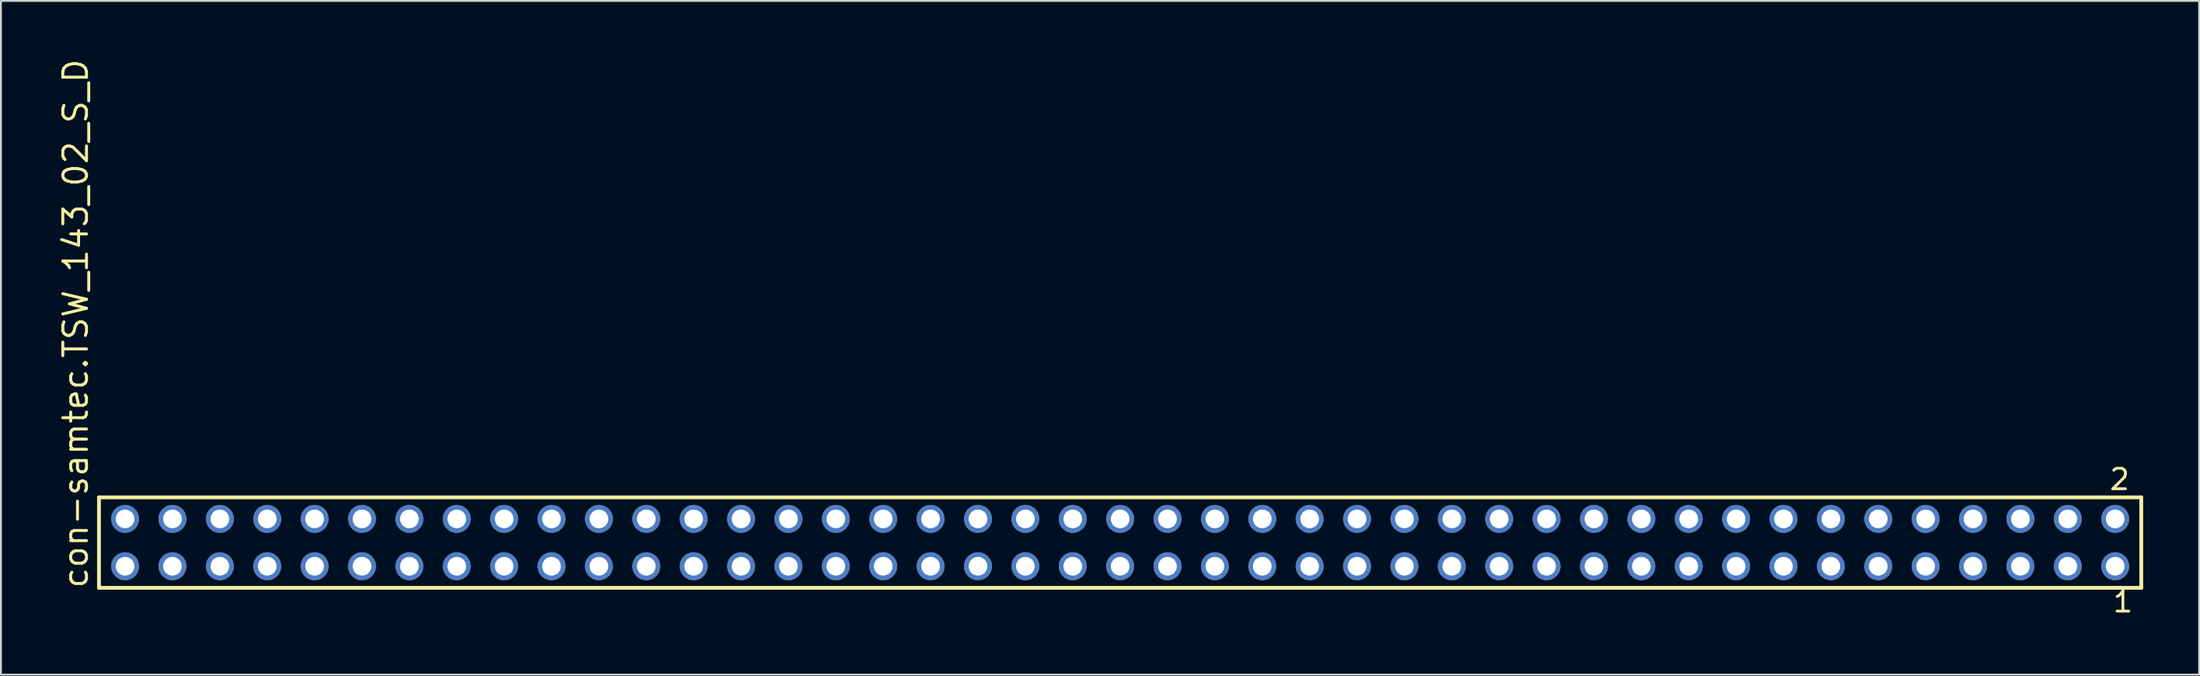
<source format=kicad_pcb>
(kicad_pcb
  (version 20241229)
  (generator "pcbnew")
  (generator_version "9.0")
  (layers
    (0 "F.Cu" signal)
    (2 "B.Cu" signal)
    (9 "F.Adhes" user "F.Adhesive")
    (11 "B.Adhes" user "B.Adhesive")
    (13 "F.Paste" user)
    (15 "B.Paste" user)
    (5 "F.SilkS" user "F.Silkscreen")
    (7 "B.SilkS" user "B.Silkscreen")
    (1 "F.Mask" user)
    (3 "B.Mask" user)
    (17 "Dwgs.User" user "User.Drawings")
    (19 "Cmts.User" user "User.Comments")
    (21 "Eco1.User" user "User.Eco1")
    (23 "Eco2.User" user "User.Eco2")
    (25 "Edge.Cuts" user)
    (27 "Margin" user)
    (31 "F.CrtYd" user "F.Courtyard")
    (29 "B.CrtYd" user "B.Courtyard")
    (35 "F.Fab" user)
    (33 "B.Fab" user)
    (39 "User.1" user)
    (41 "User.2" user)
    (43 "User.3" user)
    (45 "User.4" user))
  (footprint "con-samtec.TSW_143_02_S_D"
    (layer "F.Cu")
    (at 56.995 26.049)
    (property "Reference" "con-samtec.TSW_143_02_S_D" (at -55.245 2.54 90) (layer "F.SilkS") (effects (font (size 1.27 1.27) (thickness 0.16)) (justify left bottom)))
    (attr through_hole)
    (fp_line (start -54.739 -2.425) (end 54.739 -2.425) (stroke (width 0.203) (type default)) (layer "F.SilkS"))
    (fp_line (start -54.739 2.425) (end -54.739 -2.425) (stroke (width 0.203) (type default)) (layer "F.SilkS"))
    (fp_line (start 54.739 -2.425) (end 54.739 2.425) (stroke (width 0.203) (type default)) (layer "F.SilkS"))
    (fp_line (start 54.739 2.425) (end -54.739 2.425) (stroke (width 0.203) (type default)) (layer "F.SilkS"))
    (fp_rect (start -53.69 -0.92) (end -52.99 -1.62) (stroke (width 0.05) (type default)) (fill no) (layer "F.Fab"))
    (fp_rect (start -53.69 1.62) (end -52.99 0.92) (stroke (width 0.05) (type default)) (fill no) (layer "F.Fab"))
    (fp_rect (start -51.15 -0.92) (end -50.45 -1.62) (stroke (width 0.05) (type default)) (fill no) (layer "F.Fab"))
    (fp_rect (start -51.15 1.62) (end -50.45 0.92) (stroke (width 0.05) (type default)) (fill no) (layer "F.Fab"))
    (fp_rect (start -48.61 -0.92) (end -47.91 -1.62) (stroke (width 0.05) (type default)) (fill no) (layer "F.Fab"))
    (fp_rect (start -48.61 1.62) (end -47.91 0.92) (stroke (width 0.05) (type default)) (fill no) (layer "F.Fab"))
    (fp_rect (start -46.07 -0.92) (end -45.37 -1.62) (stroke (width 0.05) (type default)) (fill no) (layer "F.Fab"))
    (fp_rect (start -46.07 1.62) (end -45.37 0.92) (stroke (width 0.05) (type default)) (fill no) (layer "F.Fab"))
    (fp_rect (start -43.53 -0.92) (end -42.83 -1.62) (stroke (width 0.05) (type default)) (fill no) (layer "F.Fab"))
    (fp_rect (start -43.53 1.62) (end -42.83 0.92) (stroke (width 0.05) (type default)) (fill no) (layer "F.Fab"))
    (fp_rect (start -40.99 -0.92) (end -40.29 -1.62) (stroke (width 0.05) (type default)) (fill no) (layer "F.Fab"))
    (fp_rect (start -40.99 1.62) (end -40.29 0.92) (stroke (width 0.05) (type default)) (fill no) (layer "F.Fab"))
    (fp_rect (start -38.45 -0.92) (end -37.75 -1.62) (stroke (width 0.05) (type default)) (fill no) (layer "F.Fab"))
    (fp_rect (start -38.45 1.62) (end -37.75 0.92) (stroke (width 0.05) (type default)) (fill no) (layer "F.Fab"))
    (fp_rect (start -35.91 -0.92) (end -35.21 -1.62) (stroke (width 0.05) (type default)) (fill no) (layer "F.Fab"))
    (fp_rect (start -35.91 1.62) (end -35.21 0.92) (stroke (width 0.05) (type default)) (fill no) (layer "F.Fab"))
    (fp_rect (start -33.37 -0.92) (end -32.67 -1.62) (stroke (width 0.05) (type default)) (fill no) (layer "F.Fab"))
    (fp_rect (start -33.37 1.62) (end -32.67 0.92) (stroke (width 0.05) (type default)) (fill no) (layer "F.Fab"))
    (fp_rect (start -30.83 -0.92) (end -30.13 -1.62) (stroke (width 0.05) (type default)) (fill no) (layer "F.Fab"))
    (fp_rect (start -30.83 1.62) (end -30.13 0.92) (stroke (width 0.05) (type default)) (fill no) (layer "F.Fab"))
    (fp_rect (start -28.29 -0.92) (end -27.59 -1.62) (stroke (width 0.05) (type default)) (fill no) (layer "F.Fab"))
    (fp_rect (start -28.29 1.62) (end -27.59 0.92) (stroke (width 0.05) (type default)) (fill no) (layer "F.Fab"))
    (fp_rect (start -25.75 -0.92) (end -25.05 -1.62) (stroke (width 0.05) (type default)) (fill no) (layer "F.Fab"))
    (fp_rect (start -25.75 1.62) (end -25.05 0.92) (stroke (width 0.05) (type default)) (fill no) (layer "F.Fab"))
    (fp_rect (start -23.21 -0.92) (end -22.51 -1.62) (stroke (width 0.05) (type default)) (fill no) (layer "F.Fab"))
    (fp_rect (start -23.21 1.62) (end -22.51 0.92) (stroke (width 0.05) (type default)) (fill no) (layer "F.Fab"))
    (fp_rect (start -20.67 -0.92) (end -19.97 -1.62) (stroke (width 0.05) (type default)) (fill no) (layer "F.Fab"))
    (fp_rect (start -20.67 1.62) (end -19.97 0.92) (stroke (width 0.05) (type default)) (fill no) (layer "F.Fab"))
    (fp_rect (start -18.13 -0.92) (end -17.43 -1.62) (stroke (width 0.05) (type default)) (fill no) (layer "F.Fab"))
    (fp_rect (start -18.13 1.62) (end -17.43 0.92) (stroke (width 0.05) (type default)) (fill no) (layer "F.Fab"))
    (fp_rect (start -15.59 -0.92) (end -14.89 -1.62) (stroke (width 0.05) (type default)) (fill no) (layer "F.Fab"))
    (fp_rect (start -15.59 1.62) (end -14.89 0.92) (stroke (width 0.05) (type default)) (fill no) (layer "F.Fab"))
    (fp_rect (start -13.05 -0.92) (end -12.35 -1.62) (stroke (width 0.05) (type default)) (fill no) (layer "F.Fab"))
    (fp_rect (start -13.05 1.62) (end -12.35 0.92) (stroke (width 0.05) (type default)) (fill no) (layer "F.Fab"))
    (fp_rect (start -10.51 -0.92) (end -9.81 -1.62) (stroke (width 0.05) (type default)) (fill no) (layer "F.Fab"))
    (fp_rect (start -10.51 1.62) (end -9.81 0.92) (stroke (width 0.05) (type default)) (fill no) (layer "F.Fab"))
    (fp_rect (start -7.97 -0.92) (end -7.27 -1.62) (stroke (width 0.05) (type default)) (fill no) (layer "F.Fab"))
    (fp_rect (start -7.97 1.62) (end -7.27 0.92) (stroke (width 0.05) (type default)) (fill no) (layer "F.Fab"))
    (fp_rect (start -5.43 -0.92) (end -4.73 -1.62) (stroke (width 0.05) (type default)) (fill no) (layer "F.Fab"))
    (fp_rect (start -5.43 1.62) (end -4.73 0.92) (stroke (width 0.05) (type default)) (fill no) (layer "F.Fab"))
    (fp_rect (start -2.89 -0.92) (end -2.19 -1.62) (stroke (width 0.05) (type default)) (fill no) (layer "F.Fab"))
    (fp_rect (start -2.89 1.62) (end -2.19 0.92) (stroke (width 0.05) (type default)) (fill no) (layer "F.Fab"))
    (fp_rect (start -0.35 -0.92) (end 0.35 -1.62) (stroke (width 0.05) (type default)) (fill no) (layer "F.Fab"))
    (fp_rect (start -0.35 1.62) (end 0.35 0.92) (stroke (width 0.05) (type default)) (fill no) (layer "F.Fab"))
    (fp_rect (start 2.19 -0.92) (end 2.89 -1.62) (stroke (width 0.05) (type default)) (fill no) (layer "F.Fab"))
    (fp_rect (start 2.19 1.62) (end 2.89 0.92) (stroke (width 0.05) (type default)) (fill no) (layer "F.Fab"))
    (fp_rect (start 4.73 -0.92) (end 5.43 -1.62) (stroke (width 0.05) (type default)) (fill no) (layer "F.Fab"))
    (fp_rect (start 4.73 1.62) (end 5.43 0.92) (stroke (width 0.05) (type default)) (fill no) (layer "F.Fab"))
    (fp_rect (start 7.27 -0.92) (end 7.97 -1.62) (stroke (width 0.05) (type default)) (fill no) (layer "F.Fab"))
    (fp_rect (start 7.27 1.62) (end 7.97 0.92) (stroke (width 0.05) (type default)) (fill no) (layer "F.Fab"))
    (fp_rect (start 9.81 -0.92) (end 10.51 -1.62) (stroke (width 0.05) (type default)) (fill no) (layer "F.Fab"))
    (fp_rect (start 9.81 1.62) (end 10.51 0.92) (stroke (width 0.05) (type default)) (fill no) (layer "F.Fab"))
    (fp_rect (start 12.35 -0.92) (end 13.05 -1.62) (stroke (width 0.05) (type default)) (fill no) (layer "F.Fab"))
    (fp_rect (start 12.35 1.62) (end 13.05 0.92) (stroke (width 0.05) (type default)) (fill no) (layer "F.Fab"))
    (fp_rect (start 14.89 -0.92) (end 15.59 -1.62) (stroke (width 0.05) (type default)) (fill no) (layer "F.Fab"))
    (fp_rect (start 14.89 1.62) (end 15.59 0.92) (stroke (width 0.05) (type default)) (fill no) (layer "F.Fab"))
    (fp_rect (start 17.43 -0.92) (end 18.13 -1.62) (stroke (width 0.05) (type default)) (fill no) (layer "F.Fab"))
    (fp_rect (start 17.43 1.62) (end 18.13 0.92) (stroke (width 0.05) (type default)) (fill no) (layer "F.Fab"))
    (fp_rect (start 19.97 -0.92) (end 20.67 -1.62) (stroke (width 0.05) (type default)) (fill no) (layer "F.Fab"))
    (fp_rect (start 19.97 1.62) (end 20.67 0.92) (stroke (width 0.05) (type default)) (fill no) (layer "F.Fab"))
    (fp_rect (start 22.51 -0.92) (end 23.21 -1.62) (stroke (width 0.05) (type default)) (fill no) (layer "F.Fab"))
    (fp_rect (start 22.51 1.62) (end 23.21 0.92) (stroke (width 0.05) (type default)) (fill no) (layer "F.Fab"))
    (fp_rect (start 25.05 -0.92) (end 25.75 -1.62) (stroke (width 0.05) (type default)) (fill no) (layer "F.Fab"))
    (fp_rect (start 25.05 1.62) (end 25.75 0.92) (stroke (width 0.05) (type default)) (fill no) (layer "F.Fab"))
    (fp_rect (start 27.59 -0.92) (end 28.29 -1.62) (stroke (width 0.05) (type default)) (fill no) (layer "F.Fab"))
    (fp_rect (start 27.59 1.62) (end 28.29 0.92) (stroke (width 0.05) (type default)) (fill no) (layer "F.Fab"))
    (fp_rect (start 30.13 -0.92) (end 30.83 -1.62) (stroke (width 0.05) (type default)) (fill no) (layer "F.Fab"))
    (fp_rect (start 30.13 1.62) (end 30.83 0.92) (stroke (width 0.05) (type default)) (fill no) (layer "F.Fab"))
    (fp_rect (start 32.67 -0.92) (end 33.37 -1.62) (stroke (width 0.05) (type default)) (fill no) (layer "F.Fab"))
    (fp_rect (start 32.67 1.62) (end 33.37 0.92) (stroke (width 0.05) (type default)) (fill no) (layer "F.Fab"))
    (fp_rect (start 35.21 -0.92) (end 35.91 -1.62) (stroke (width 0.05) (type default)) (fill no) (layer "F.Fab"))
    (fp_rect (start 35.21 1.62) (end 35.91 0.92) (stroke (width 0.05) (type default)) (fill no) (layer "F.Fab"))
    (fp_rect (start 37.75 -0.92) (end 38.45 -1.62) (stroke (width 0.05) (type default)) (fill no) (layer "F.Fab"))
    (fp_rect (start 37.75 1.62) (end 38.45 0.92) (stroke (width 0.05) (type default)) (fill no) (layer "F.Fab"))
    (fp_rect (start 40.29 -0.92) (end 40.99 -1.62) (stroke (width 0.05) (type default)) (fill no) (layer "F.Fab"))
    (fp_rect (start 40.29 1.62) (end 40.99 0.92) (stroke (width 0.05) (type default)) (fill no) (layer "F.Fab"))
    (fp_rect (start 42.83 -0.92) (end 43.53 -1.62) (stroke (width 0.05) (type default)) (fill no) (layer "F.Fab"))
    (fp_rect (start 42.83 1.62) (end 43.53 0.92) (stroke (width 0.05) (type default)) (fill no) (layer "F.Fab"))
    (fp_rect (start 45.37 -0.92) (end 46.07 -1.62) (stroke (width 0.05) (type default)) (fill no) (layer "F.Fab"))
    (fp_rect (start 45.37 1.62) (end 46.07 0.92) (stroke (width 0.05) (type default)) (fill no) (layer "F.Fab"))
    (fp_rect (start 47.91 -0.92) (end 48.61 -1.62) (stroke (width 0.05) (type default)) (fill no) (layer "F.Fab"))
    (fp_rect (start 47.91 1.62) (end 48.61 0.92) (stroke (width 0.05) (type default)) (fill no) (layer "F.Fab"))
    (fp_rect (start 50.45 -0.92) (end 51.15 -1.62) (stroke (width 0.05) (type default)) (fill no) (layer "F.Fab"))
    (fp_rect (start 50.45 1.62) (end 51.15 0.92) (stroke (width 0.05) (type default)) (fill no) (layer "F.Fab"))
    (fp_rect (start 52.99 -0.92) (end 53.69 -1.62) (stroke (width 0.05) (type default)) (fill no) (layer "F.Fab"))
    (fp_rect (start 52.99 1.62) (end 53.69 0.92) (stroke (width 0.05) (type default)) (fill no) (layer "F.Fab"))
    (fp_text user "2" (at 52.957 -2.744 0) (layer "F.SilkS") (effects (font (size 1.1 1.1) (thickness 0.15)) (justify left bottom)))
    (fp_text user "1" (at 53.132 3.818 0) (layer "F.SilkS") (effects (font (size 1.1 1.1) (thickness 0.15)) (justify left bottom)))
    (pad "1" thru_hole circle (at 53.34 1.27 180) (size 1.5 1.5) (drill 1) (layers "*.Cu" "*.Mask"))
    (pad "2" thru_hole circle (at 53.34 -1.27 180) (size 1.5 1.5) (drill 1) (layers "*.Cu" "*.Mask"))
    (pad "3" thru_hole circle (at 50.8 1.27 180) (size 1.5 1.5) (drill 1) (layers "*.Cu" "*.Mask"))
    (pad "4" thru_hole circle (at 50.8 -1.27 180) (size 1.5 1.5) (drill 1) (layers "*.Cu" "*.Mask"))
    (pad "5" thru_hole circle (at 48.26 1.27 180) (size 1.5 1.5) (drill 1) (layers "*.Cu" "*.Mask"))
    (pad "6" thru_hole circle (at 48.26 -1.27 180) (size 1.5 1.5) (drill 1) (layers "*.Cu" "*.Mask"))
    (pad "7" thru_hole circle (at 45.72 1.27 180) (size 1.5 1.5) (drill 1) (layers "*.Cu" "*.Mask"))
    (pad "8" thru_hole circle (at 45.72 -1.27 180) (size 1.5 1.5) (drill 1) (layers "*.Cu" "*.Mask"))
    (pad "9" thru_hole circle (at 43.18 1.27 180) (size 1.5 1.5) (drill 1) (layers "*.Cu" "*.Mask"))
    (pad "10" thru_hole circle (at 43.18 -1.27 180) (size 1.5 1.5) (drill 1) (layers "*.Cu" "*.Mask"))
    (pad "11" thru_hole circle (at 40.64 1.27 180) (size 1.5 1.5) (drill 1) (layers "*.Cu" "*.Mask"))
    (pad "12" thru_hole circle (at 40.64 -1.27 180) (size 1.5 1.5) (drill 1) (layers "*.Cu" "*.Mask"))
    (pad "13" thru_hole circle (at 38.1 1.27 180) (size 1.5 1.5) (drill 1) (layers "*.Cu" "*.Mask"))
    (pad "14" thru_hole circle (at 38.1 -1.27 180) (size 1.5 1.5) (drill 1) (layers "*.Cu" "*.Mask"))
    (pad "15" thru_hole circle (at 35.56 1.27 180) (size 1.5 1.5) (drill 1) (layers "*.Cu" "*.Mask"))
    (pad "16" thru_hole circle (at 35.56 -1.27 180) (size 1.5 1.5) (drill 1) (layers "*.Cu" "*.Mask"))
    (pad "17" thru_hole circle (at 33.02 1.27 180) (size 1.5 1.5) (drill 1) (layers "*.Cu" "*.Mask"))
    (pad "18" thru_hole circle (at 33.02 -1.27 180) (size 1.5 1.5) (drill 1) (layers "*.Cu" "*.Mask"))
    (pad "19" thru_hole circle (at 30.48 1.27 180) (size 1.5 1.5) (drill 1) (layers "*.Cu" "*.Mask"))
    (pad "20" thru_hole circle (at 30.48 -1.27 180) (size 1.5 1.5) (drill 1) (layers "*.Cu" "*.Mask"))
    (pad "21" thru_hole circle (at 27.94 1.27 180) (size 1.5 1.5) (drill 1) (layers "*.Cu" "*.Mask"))
    (pad "22" thru_hole circle (at 27.94 -1.27 180) (size 1.5 1.5) (drill 1) (layers "*.Cu" "*.Mask"))
    (pad "23" thru_hole circle (at 25.4 1.27 180) (size 1.5 1.5) (drill 1) (layers "*.Cu" "*.Mask"))
    (pad "24" thru_hole circle (at 25.4 -1.27 180) (size 1.5 1.5) (drill 1) (layers "*.Cu" "*.Mask"))
    (pad "25" thru_hole circle (at 22.86 1.27 180) (size 1.5 1.5) (drill 1) (layers "*.Cu" "*.Mask"))
    (pad "26" thru_hole circle (at 22.86 -1.27 180) (size 1.5 1.5) (drill 1) (layers "*.Cu" "*.Mask"))
    (pad "27" thru_hole circle (at 20.32 1.27 180) (size 1.5 1.5) (drill 1) (layers "*.Cu" "*.Mask"))
    (pad "28" thru_hole circle (at 20.32 -1.27 180) (size 1.5 1.5) (drill 1) (layers "*.Cu" "*.Mask"))
    (pad "29" thru_hole circle (at 17.78 1.27 180) (size 1.5 1.5) (drill 1) (layers "*.Cu" "*.Mask"))
    (pad "30" thru_hole circle (at 17.78 -1.27 180) (size 1.5 1.5) (drill 1) (layers "*.Cu" "*.Mask"))
    (pad "31" thru_hole circle (at 15.24 1.27 180) (size 1.5 1.5) (drill 1) (layers "*.Cu" "*.Mask"))
    (pad "32" thru_hole circle (at 15.24 -1.27 180) (size 1.5 1.5) (drill 1) (layers "*.Cu" "*.Mask"))
    (pad "33" thru_hole circle (at 12.7 1.27 180) (size 1.5 1.5) (drill 1) (layers "*.Cu" "*.Mask"))
    (pad "34" thru_hole circle (at 12.7 -1.27 180) (size 1.5 1.5) (drill 1) (layers "*.Cu" "*.Mask"))
    (pad "35" thru_hole circle (at 10.16 1.27 180) (size 1.5 1.5) (drill 1) (layers "*.Cu" "*.Mask"))
    (pad "36" thru_hole circle (at 10.16 -1.27 180) (size 1.5 1.5) (drill 1) (layers "*.Cu" "*.Mask"))
    (pad "37" thru_hole circle (at 7.62 1.27 180) (size 1.5 1.5) (drill 1) (layers "*.Cu" "*.Mask"))
    (pad "38" thru_hole circle (at 7.62 -1.27 180) (size 1.5 1.5) (drill 1) (layers "*.Cu" "*.Mask"))
    (pad "39" thru_hole circle (at 5.08 1.27 180) (size 1.5 1.5) (drill 1) (layers "*.Cu" "*.Mask"))
    (pad "40" thru_hole circle (at 5.08 -1.27 180) (size 1.5 1.5) (drill 1) (layers "*.Cu" "*.Mask"))
    (pad "41" thru_hole circle (at 2.54 1.27 180) (size 1.5 1.5) (drill 1) (layers "*.Cu" "*.Mask"))
    (pad "42" thru_hole circle (at 2.54 -1.27 180) (size 1.5 1.5) (drill 1) (layers "*.Cu" "*.Mask"))
    (pad "43" thru_hole circle (at 0 1.27 180) (size 1.5 1.5) (drill 1) (layers "*.Cu" "*.Mask"))
    (pad "44" thru_hole circle (at 0 -1.27 180) (size 1.5 1.5) (drill 1) (layers "*.Cu" "*.Mask"))
    (pad "45" thru_hole circle (at -2.54 1.27 180) (size 1.5 1.5) (drill 1) (layers "*.Cu" "*.Mask"))
    (pad "46" thru_hole circle (at -2.54 -1.27 180) (size 1.5 1.5) (drill 1) (layers "*.Cu" "*.Mask"))
    (pad "47" thru_hole circle (at -5.08 1.27 180) (size 1.5 1.5) (drill 1) (layers "*.Cu" "*.Mask"))
    (pad "48" thru_hole circle (at -5.08 -1.27 180) (size 1.5 1.5) (drill 1) (layers "*.Cu" "*.Mask"))
    (pad "49" thru_hole circle (at -7.62 1.27 180) (size 1.5 1.5) (drill 1) (layers "*.Cu" "*.Mask"))
    (pad "50" thru_hole circle (at -7.62 -1.27 180) (size 1.5 1.5) (drill 1) (layers "*.Cu" "*.Mask"))
    (pad "51" thru_hole circle (at -10.16 1.27 180) (size 1.5 1.5) (drill 1) (layers "*.Cu" "*.Mask"))
    (pad "52" thru_hole circle (at -10.16 -1.27 180) (size 1.5 1.5) (drill 1) (layers "*.Cu" "*.Mask"))
    (pad "53" thru_hole circle (at -12.7 1.27 180) (size 1.5 1.5) (drill 1) (layers "*.Cu" "*.Mask"))
    (pad "54" thru_hole circle (at -12.7 -1.27 180) (size 1.5 1.5) (drill 1) (layers "*.Cu" "*.Mask"))
    (pad "55" thru_hole circle (at -15.24 1.27 180) (size 1.5 1.5) (drill 1) (layers "*.Cu" "*.Mask"))
    (pad "56" thru_hole circle (at -15.24 -1.27 180) (size 1.5 1.5) (drill 1) (layers "*.Cu" "*.Mask"))
    (pad "57" thru_hole circle (at -17.78 1.27 180) (size 1.5 1.5) (drill 1) (layers "*.Cu" "*.Mask"))
    (pad "58" thru_hole circle (at -17.78 -1.27 180) (size 1.5 1.5) (drill 1) (layers "*.Cu" "*.Mask"))
    (pad "59" thru_hole circle (at -20.32 1.27 180) (size 1.5 1.5) (drill 1) (layers "*.Cu" "*.Mask"))
    (pad "60" thru_hole circle (at -20.32 -1.27 180) (size 1.5 1.5) (drill 1) (layers "*.Cu" "*.Mask"))
    (pad "61" thru_hole circle (at -22.86 1.27 180) (size 1.5 1.5) (drill 1) (layers "*.Cu" "*.Mask"))
    (pad "62" thru_hole circle (at -22.86 -1.27 180) (size 1.5 1.5) (drill 1) (layers "*.Cu" "*.Mask"))
    (pad "63" thru_hole circle (at -25.4 1.27 180) (size 1.5 1.5) (drill 1) (layers "*.Cu" "*.Mask"))
    (pad "64" thru_hole circle (at -25.4 -1.27 180) (size 1.5 1.5) (drill 1) (layers "*.Cu" "*.Mask"))
    (pad "65" thru_hole circle (at -27.94 1.27 180) (size 1.5 1.5) (drill 1) (layers "*.Cu" "*.Mask"))
    (pad "66" thru_hole circle (at -27.94 -1.27 180) (size 1.5 1.5) (drill 1) (layers "*.Cu" "*.Mask"))
    (pad "67" thru_hole circle (at -30.48 1.27 180) (size 1.5 1.5) (drill 1) (layers "*.Cu" "*.Mask"))
    (pad "68" thru_hole circle (at -30.48 -1.27 180) (size 1.5 1.5) (drill 1) (layers "*.Cu" "*.Mask"))
    (pad "69" thru_hole circle (at -33.02 1.27 180) (size 1.5 1.5) (drill 1) (layers "*.Cu" "*.Mask"))
    (pad "70" thru_hole circle (at -33.02 -1.27 180) (size 1.5 1.5) (drill 1) (layers "*.Cu" "*.Mask"))
    (pad "71" thru_hole circle (at -35.56 1.27 180) (size 1.5 1.5) (drill 1) (layers "*.Cu" "*.Mask"))
    (pad "72" thru_hole circle (at -35.56 -1.27 180) (size 1.5 1.5) (drill 1) (layers "*.Cu" "*.Mask"))
    (pad "73" thru_hole circle (at -38.1 1.27 180) (size 1.5 1.5) (drill 1) (layers "*.Cu" "*.Mask"))
    (pad "74" thru_hole circle (at -38.1 -1.27 180) (size 1.5 1.5) (drill 1) (layers "*.Cu" "*.Mask"))
    (pad "75" thru_hole circle (at -40.64 1.27 180) (size 1.5 1.5) (drill 1) (layers "*.Cu" "*.Mask"))
    (pad "76" thru_hole circle (at -40.64 -1.27 180) (size 1.5 1.5) (drill 1) (layers "*.Cu" "*.Mask"))
    (pad "77" thru_hole circle (at -43.18 1.27 180) (size 1.5 1.5) (drill 1) (layers "*.Cu" "*.Mask"))
    (pad "78" thru_hole circle (at -43.18 -1.27 180) (size 1.5 1.5) (drill 1) (layers "*.Cu" "*.Mask"))
    (pad "79" thru_hole circle (at -45.72 1.27 180) (size 1.5 1.5) (drill 1) (layers "*.Cu" "*.Mask"))
    (pad "80" thru_hole circle (at -45.72 -1.27 180) (size 1.5 1.5) (drill 1) (layers "*.Cu" "*.Mask"))
    (pad "81" thru_hole circle (at -48.26 1.27 180) (size 1.5 1.5) (drill 1) (layers "*.Cu" "*.Mask"))
    (pad "82" thru_hole circle (at -48.26 -1.27 180) (size 1.5 1.5) (drill 1) (layers "*.Cu" "*.Mask"))
    (pad "83" thru_hole circle (at -50.8 1.27 180) (size 1.5 1.5) (drill 1) (layers "*.Cu" "*.Mask"))
    (pad "84" thru_hole circle (at -50.8 -1.27 180) (size 1.5 1.5) (drill 1) (layers "*.Cu" "*.Mask"))
    (pad "85" thru_hole circle (at -53.34 1.27 180) (size 1.5 1.5) (drill 1) (layers "*.Cu" "*.Mask"))
    (pad "86" thru_hole circle (at -53.34 -1.27 180) (size 1.5 1.5) (drill 1) (layers "*.Cu" "*.Mask")))
  (gr_rect
    (start -3 -3)
    (end 114.836 33.131)
    (stroke (width 0.1) (type default))
    (fill no)
    (layer "Edge.Cuts")))
</source>
